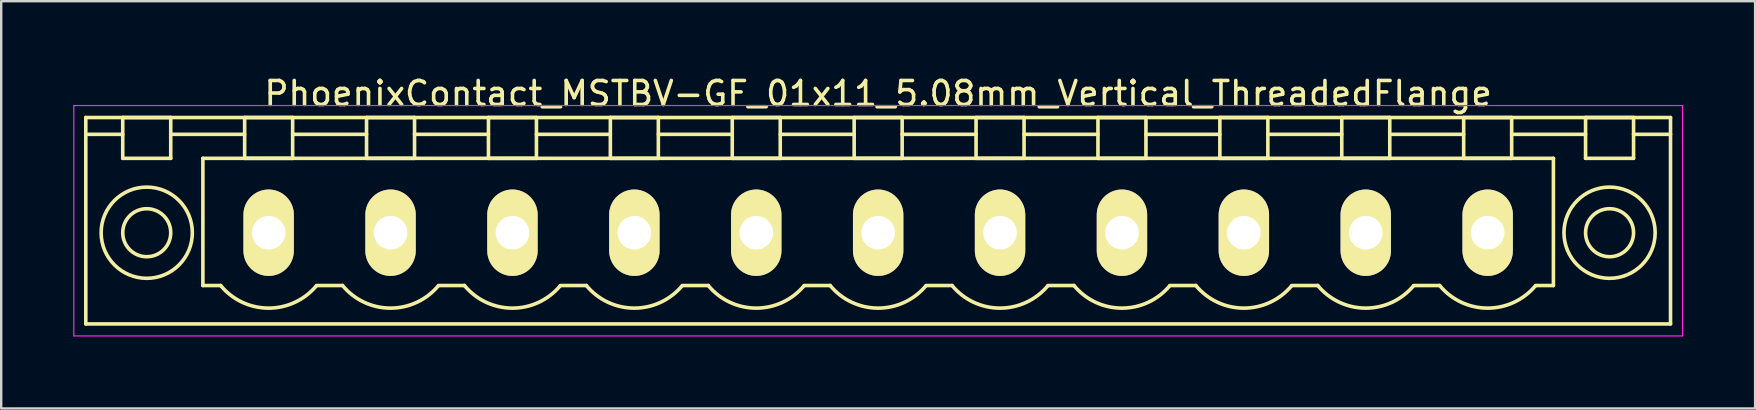
<source format=kicad_pcb>
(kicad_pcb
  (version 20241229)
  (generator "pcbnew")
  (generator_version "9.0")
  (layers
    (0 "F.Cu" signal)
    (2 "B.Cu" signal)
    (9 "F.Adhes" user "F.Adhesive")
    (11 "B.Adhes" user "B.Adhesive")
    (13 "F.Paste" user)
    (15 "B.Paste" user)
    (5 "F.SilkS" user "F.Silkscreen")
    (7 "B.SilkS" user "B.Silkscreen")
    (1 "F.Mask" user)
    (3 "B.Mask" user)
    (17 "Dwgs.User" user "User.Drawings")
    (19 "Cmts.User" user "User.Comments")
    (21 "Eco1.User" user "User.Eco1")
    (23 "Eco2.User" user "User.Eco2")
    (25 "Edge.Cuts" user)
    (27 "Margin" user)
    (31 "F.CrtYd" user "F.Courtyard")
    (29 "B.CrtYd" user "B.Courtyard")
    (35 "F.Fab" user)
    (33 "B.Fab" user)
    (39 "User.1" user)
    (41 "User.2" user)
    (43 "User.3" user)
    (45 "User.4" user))
  (footprint "PhoenixContact_MSTBV-GF_01x11_5.08mm_Vertical_ThreadedFlange"
    (layer "F.Cu")
    (at 8.145 6.648)
    (property "Reference" "PhoenixContact_MSTBV-GF_01x11_5.08mm_Vertical_ThreadedFlange" (at 25.4 -5.8 0) (layer "F.SilkS") (effects (font (size 1 1) (thickness 0.15))))
    (attr through_hole)
    (fp_line (start -7.62 -4.8) (end -7.62 3.8) (stroke (width 0.15) (type solid)) (layer "F.SilkS"))
    (fp_line (start -7.62 -4.1) (end -6.08 -4.1) (stroke (width 0.15) (type solid)) (layer "F.SilkS"))
    (fp_line (start -7.62 3.8) (end 58.42 3.8) (stroke (width 0.15) (type solid)) (layer "F.SilkS"))
    (fp_line (start -6.08 -4.8) (end -4.08 -4.8) (stroke (width 0.15) (type solid)) (layer "F.SilkS"))
    (fp_line (start -6.08 -3.1) (end -6.08 -4.8) (stroke (width 0.15) (type solid)) (layer "F.SilkS"))
    (fp_line (start -4.08 -4.8) (end -4.08 -3.1) (stroke (width 0.15) (type solid)) (layer "F.SilkS"))
    (fp_line (start -4.08 -4.1) (end -1 -4.1) (stroke (width 0.15) (type solid)) (layer "F.SilkS"))
    (fp_line (start -4.08 -3.1) (end -6.08 -3.1) (stroke (width 0.15) (type solid)) (layer "F.SilkS"))
    (fp_line (start -2.74 -3.1) (end 53.54 -3.1) (stroke (width 0.15) (type solid)) (layer "F.SilkS"))
    (fp_line (start -2.74 2.2) (end -2.74 -3.1) (stroke (width 0.15) (type solid)) (layer "F.SilkS"))
    (fp_line (start -2 2.2) (end -2.74 2.2) (stroke (width 0.15) (type solid)) (layer "F.SilkS"))
    (fp_line (start -1 -4.8) (end 1 -4.8) (stroke (width 0.15) (type solid)) (layer "F.SilkS"))
    (fp_line (start -1 -3.1) (end -1 -4.8) (stroke (width 0.15) (type solid)) (layer "F.SilkS"))
    (fp_line (start 1 -4.8) (end 1 -3.1) (stroke (width 0.15) (type solid)) (layer "F.SilkS"))
    (fp_line (start 1 -4.1) (end 4.08 -4.1) (stroke (width 0.15) (type solid)) (layer "F.SilkS"))
    (fp_line (start 1 -3.1) (end -1 -3.1) (stroke (width 0.15) (type solid)) (layer "F.SilkS"))
    (fp_line (start 2 2.2) (end 3.08 2.2) (stroke (width 0.15) (type solid)) (layer "F.SilkS"))
    (fp_line (start 4.08 -4.8) (end 6.08 -4.8) (stroke (width 0.15) (type solid)) (layer "F.SilkS"))
    (fp_line (start 4.08 -3.1) (end 4.08 -4.8) (stroke (width 0.15) (type solid)) (layer "F.SilkS"))
    (fp_line (start 6.08 -4.8) (end 6.08 -3.1) (stroke (width 0.15) (type solid)) (layer "F.SilkS"))
    (fp_line (start 6.08 -4.1) (end 9.16 -4.1) (stroke (width 0.15) (type solid)) (layer "F.SilkS"))
    (fp_line (start 6.08 -3.1) (end 4.08 -3.1) (stroke (width 0.15) (type solid)) (layer "F.SilkS"))
    (fp_line (start 7.08 2.2) (end 8.16 2.2) (stroke (width 0.15) (type solid)) (layer "F.SilkS"))
    (fp_line (start 9.16 -4.8) (end 11.16 -4.8) (stroke (width 0.15) (type solid)) (layer "F.SilkS"))
    (fp_line (start 9.16 -3.1) (end 9.16 -4.8) (stroke (width 0.15) (type solid)) (layer "F.SilkS"))
    (fp_line (start 11.16 -4.8) (end 11.16 -3.1) (stroke (width 0.15) (type solid)) (layer "F.SilkS"))
    (fp_line (start 11.16 -4.1) (end 14.24 -4.1) (stroke (width 0.15) (type solid)) (layer "F.SilkS"))
    (fp_line (start 11.16 -3.1) (end 9.16 -3.1) (stroke (width 0.15) (type solid)) (layer "F.SilkS"))
    (fp_line (start 12.16 2.2) (end 13.24 2.2) (stroke (width 0.15) (type solid)) (layer "F.SilkS"))
    (fp_line (start 14.24 -4.8) (end 16.24 -4.8) (stroke (width 0.15) (type solid)) (layer "F.SilkS"))
    (fp_line (start 14.24 -3.1) (end 14.24 -4.8) (stroke (width 0.15) (type solid)) (layer "F.SilkS"))
    (fp_line (start 16.24 -4.8) (end 16.24 -3.1) (stroke (width 0.15) (type solid)) (layer "F.SilkS"))
    (fp_line (start 16.24 -4.1) (end 19.32 -4.1) (stroke (width 0.15) (type solid)) (layer "F.SilkS"))
    (fp_line (start 16.24 -3.1) (end 14.24 -3.1) (stroke (width 0.15) (type solid)) (layer "F.SilkS"))
    (fp_line (start 17.24 2.2) (end 18.32 2.2) (stroke (width 0.15) (type solid)) (layer "F.SilkS"))
    (fp_line (start 19.32 -4.8) (end 21.32 -4.8) (stroke (width 0.15) (type solid)) (layer "F.SilkS"))
    (fp_line (start 19.32 -3.1) (end 19.32 -4.8) (stroke (width 0.15) (type solid)) (layer "F.SilkS"))
    (fp_line (start 21.32 -4.8) (end 21.32 -3.1) (stroke (width 0.15) (type solid)) (layer "F.SilkS"))
    (fp_line (start 21.32 -4.1) (end 24.4 -4.1) (stroke (width 0.15) (type solid)) (layer "F.SilkS"))
    (fp_line (start 21.32 -3.1) (end 19.32 -3.1) (stroke (width 0.15) (type solid)) (layer "F.SilkS"))
    (fp_line (start 22.32 2.2) (end 23.4 2.2) (stroke (width 0.15) (type solid)) (layer "F.SilkS"))
    (fp_line (start 24.4 -4.8) (end 26.4 -4.8) (stroke (width 0.15) (type solid)) (layer "F.SilkS"))
    (fp_line (start 24.4 -3.1) (end 24.4 -4.8) (stroke (width 0.15) (type solid)) (layer "F.SilkS"))
    (fp_line (start 26.4 -4.8) (end 26.4 -3.1) (stroke (width 0.15) (type solid)) (layer "F.SilkS"))
    (fp_line (start 26.4 -4.1) (end 29.48 -4.1) (stroke (width 0.15) (type solid)) (layer "F.SilkS"))
    (fp_line (start 26.4 -3.1) (end 24.4 -3.1) (stroke (width 0.15) (type solid)) (layer "F.SilkS"))
    (fp_line (start 27.4 2.2) (end 28.48 2.2) (stroke (width 0.15) (type solid)) (layer "F.SilkS"))
    (fp_line (start 29.48 -4.8) (end 31.48 -4.8) (stroke (width 0.15) (type solid)) (layer "F.SilkS"))
    (fp_line (start 29.48 -3.1) (end 29.48 -4.8) (stroke (width 0.15) (type solid)) (layer "F.SilkS"))
    (fp_line (start 31.48 -4.8) (end 31.48 -3.1) (stroke (width 0.15) (type solid)) (layer "F.SilkS"))
    (fp_line (start 31.48 -4.1) (end 34.56 -4.1) (stroke (width 0.15) (type solid)) (layer "F.SilkS"))
    (fp_line (start 31.48 -3.1) (end 29.48 -3.1) (stroke (width 0.15) (type solid)) (layer "F.SilkS"))
    (fp_line (start 32.48 2.2) (end 33.56 2.2) (stroke (width 0.15) (type solid)) (layer "F.SilkS"))
    (fp_line (start 34.56 -4.8) (end 36.56 -4.8) (stroke (width 0.15) (type solid)) (layer "F.SilkS"))
    (fp_line (start 34.56 -3.1) (end 34.56 -4.8) (stroke (width 0.15) (type solid)) (layer "F.SilkS"))
    (fp_line (start 36.56 -4.8) (end 36.56 -3.1) (stroke (width 0.15) (type solid)) (layer "F.SilkS"))
    (fp_line (start 36.56 -4.1) (end 39.64 -4.1) (stroke (width 0.15) (type solid)) (layer "F.SilkS"))
    (fp_line (start 36.56 -3.1) (end 34.56 -3.1) (stroke (width 0.15) (type solid)) (layer "F.SilkS"))
    (fp_line (start 37.56 2.2) (end 38.64 2.2) (stroke (width 0.15) (type solid)) (layer "F.SilkS"))
    (fp_line (start 39.64 -4.8) (end 41.64 -4.8) (stroke (width 0.15) (type solid)) (layer "F.SilkS"))
    (fp_line (start 39.64 -3.1) (end 39.64 -4.8) (stroke (width 0.15) (type solid)) (layer "F.SilkS"))
    (fp_line (start 41.64 -4.8) (end 41.64 -3.1) (stroke (width 0.15) (type solid)) (layer "F.SilkS"))
    (fp_line (start 41.64 -4.1) (end 44.72 -4.1) (stroke (width 0.15) (type solid)) (layer "F.SilkS"))
    (fp_line (start 41.64 -3.1) (end 39.64 -3.1) (stroke (width 0.15) (type solid)) (layer "F.SilkS"))
    (fp_line (start 42.64 2.2) (end 43.72 2.2) (stroke (width 0.15) (type solid)) (layer "F.SilkS"))
    (fp_line (start 44.72 -4.8) (end 46.72 -4.8) (stroke (width 0.15) (type solid)) (layer "F.SilkS"))
    (fp_line (start 44.72 -3.1) (end 44.72 -4.8) (stroke (width 0.15) (type solid)) (layer "F.SilkS"))
    (fp_line (start 46.72 -4.8) (end 46.72 -3.1) (stroke (width 0.15) (type solid)) (layer "F.SilkS"))
    (fp_line (start 46.72 -4.1) (end 49.8 -4.1) (stroke (width 0.15) (type solid)) (layer "F.SilkS"))
    (fp_line (start 46.72 -3.1) (end 44.72 -3.1) (stroke (width 0.15) (type solid)) (layer "F.SilkS"))
    (fp_line (start 47.72 2.2) (end 48.8 2.2) (stroke (width 0.15) (type solid)) (layer "F.SilkS"))
    (fp_line (start 49.8 -4.8) (end 51.8 -4.8) (stroke (width 0.15) (type solid)) (layer "F.SilkS"))
    (fp_line (start 49.8 -3.1) (end 49.8 -4.8) (stroke (width 0.15) (type solid)) (layer "F.SilkS"))
    (fp_line (start 51.8 -4.8) (end 51.8 -3.1) (stroke (width 0.15) (type solid)) (layer "F.SilkS"))
    (fp_line (start 51.8 -4.1) (end 54.88 -4.1) (stroke (width 0.15) (type solid)) (layer "F.SilkS"))
    (fp_line (start 51.8 -3.1) (end 49.8 -3.1) (stroke (width 0.15) (type solid)) (layer "F.SilkS"))
    (fp_line (start 53.54 -3.1) (end 53.54 2.2) (stroke (width 0.15) (type solid)) (layer "F.SilkS"))
    (fp_line (start 53.54 2.2) (end 52.8 2.2) (stroke (width 0.15) (type solid)) (layer "F.SilkS"))
    (fp_line (start 54.88 -4.8) (end 56.88 -4.8) (stroke (width 0.15) (type solid)) (layer "F.SilkS"))
    (fp_line (start 54.88 -3.1) (end 54.88 -4.8) (stroke (width 0.15) (type solid)) (layer "F.SilkS"))
    (fp_line (start 56.88 -4.8) (end 56.88 -3.1) (stroke (width 0.15) (type solid)) (layer "F.SilkS"))
    (fp_line (start 56.88 -3.1) (end 54.88 -3.1) (stroke (width 0.15) (type solid)) (layer "F.SilkS"))
    (fp_line (start 58.42 -4.8) (end -7.62 -4.8) (stroke (width 0.15) (type solid)) (layer "F.SilkS"))
    (fp_line (start 58.42 -4.1) (end 56.88 -4.1) (stroke (width 0.15) (type solid)) (layer "F.SilkS"))
    (fp_line (start 58.42 3.8) (end 58.42 -4.8) (stroke (width 0.15) (type solid)) (layer "F.SilkS"))
    (fp_arc (start 1.986842 2.215821) (mid -0.010289 3.142758) (end -2 2.2) (stroke (width 0.15) (type solid)) (layer "F.SilkS"))
    (fp_arc (start 7.066842 2.215821) (mid 5.069711 3.142758) (end 3.08 2.2) (stroke (width 0.15) (type solid)) (layer "F.SilkS"))
    (fp_arc (start 12.146842 2.215821) (mid 10.149711 3.142758) (end 8.16 2.2) (stroke (width 0.15) (type solid)) (layer "F.SilkS"))
    (fp_arc (start 17.226842 2.215821) (mid 15.229711 3.142758) (end 13.24 2.2) (stroke (width 0.15) (type solid)) (layer "F.SilkS"))
    (fp_arc (start 22.306842 2.215821) (mid 20.309711 3.142758) (end 18.32 2.2) (stroke (width 0.15) (type solid)) (layer "F.SilkS"))
    (fp_arc (start 27.386842 2.215821) (mid 25.389711 3.142758) (end 23.4 2.2) (stroke (width 0.15) (type solid)) (layer "F.SilkS"))
    (fp_arc (start 32.466842 2.215821) (mid 30.469711 3.142758) (end 28.48 2.2) (stroke (width 0.15) (type solid)) (layer "F.SilkS"))
    (fp_arc (start 37.546842 2.215821) (mid 35.549711 3.142758) (end 33.56 2.2) (stroke (width 0.15) (type solid)) (layer "F.SilkS"))
    (fp_arc (start 42.626842 2.215821) (mid 40.629711 3.142758) (end 38.64 2.2) (stroke (width 0.15) (type solid)) (layer "F.SilkS"))
    (fp_arc (start 47.706842 2.215821) (mid 45.709711 3.142758) (end 43.72 2.2) (stroke (width 0.15) (type solid)) (layer "F.SilkS"))
    (fp_arc (start 52.786842 2.215821) (mid 50.789711 3.142758) (end 48.8 2.2) (stroke (width 0.15) (type solid)) (layer "F.SilkS"))
    (fp_circle (center -5.08 0) (end -4.08 0) (stroke (width 0.15) (type solid)) (fill no) (layer "F.SilkS"))
    (fp_circle (center -5.08 0) (end -3.18 0) (stroke (width 0.15) (type solid)) (fill no) (layer "F.SilkS"))
    (fp_circle (center 55.88 0) (end 56.88 0) (stroke (width 0.15) (type solid)) (fill no) (layer "F.SilkS"))
    (fp_circle (center 55.88 0) (end 57.78 0) (stroke (width 0.15) (type solid)) (fill no) (layer "F.SilkS"))
    (fp_line (start -8.12 -5.3) (end -8.12 4.3) (stroke (width 0.05) (type solid)) (layer "F.CrtYd"))
    (fp_line (start -8.12 4.3) (end 58.92 4.3) (stroke (width 0.05) (type solid)) (layer "F.CrtYd"))
    (fp_line (start 58.92 -5.3) (end -8.12 -5.3) (stroke (width 0.05) (type solid)) (layer "F.CrtYd"))
    (fp_line (start 58.92 4.3) (end 58.92 -5.3) (stroke (width 0.05) (type solid)) (layer "F.CrtYd"))
    (pad "1" thru_hole oval (at 0 0) (size 2.1 3.6) (drill 1.4) (layers "*.Cu" "*.Mask" "F.SilkS"))
    (pad "2" thru_hole oval (at 5.08 0) (size 2.1 3.6) (drill 1.4) (layers "*.Cu" "*.Mask" "F.SilkS"))
    (pad "3" thru_hole oval (at 10.16 0) (size 2.1 3.6) (drill 1.4) (layers "*.Cu" "*.Mask" "F.SilkS"))
    (pad "4" thru_hole oval (at 15.24 0) (size 2.1 3.6) (drill 1.4) (layers "*.Cu" "*.Mask" "F.SilkS"))
    (pad "5" thru_hole oval (at 20.32 0) (size 2.1 3.6) (drill 1.4) (layers "*.Cu" "*.Mask" "F.SilkS"))
    (pad "6" thru_hole oval (at 25.4 0) (size 2.1 3.6) (drill 1.4) (layers "*.Cu" "*.Mask" "F.SilkS"))
    (pad "7" thru_hole oval (at 30.48 0) (size 2.1 3.6) (drill 1.4) (layers "*.Cu" "*.Mask" "F.SilkS"))
    (pad "8" thru_hole oval (at 35.56 0) (size 2.1 3.6) (drill 1.4) (layers "*.Cu" "*.Mask" "F.SilkS"))
    (pad "9" thru_hole oval (at 40.64 0) (size 2.1 3.6) (drill 1.4) (layers "*.Cu" "*.Mask" "F.SilkS"))
    (pad "10" thru_hole oval (at 45.72 0) (size 2.1 3.6) (drill 1.4) (layers "*.Cu" "*.Mask" "F.SilkS"))
    (pad "11" thru_hole oval (at 50.8 0) (size 2.1 3.6) (drill 1.4) (layers "*.Cu" "*.Mask" "F.SilkS")))
  (gr_rect
    (start -3 -3)
    (end 70.09 13.973)
    (stroke (width 0.1) (type default))
    (fill no)
    (layer "Edge.Cuts")))
</source>
